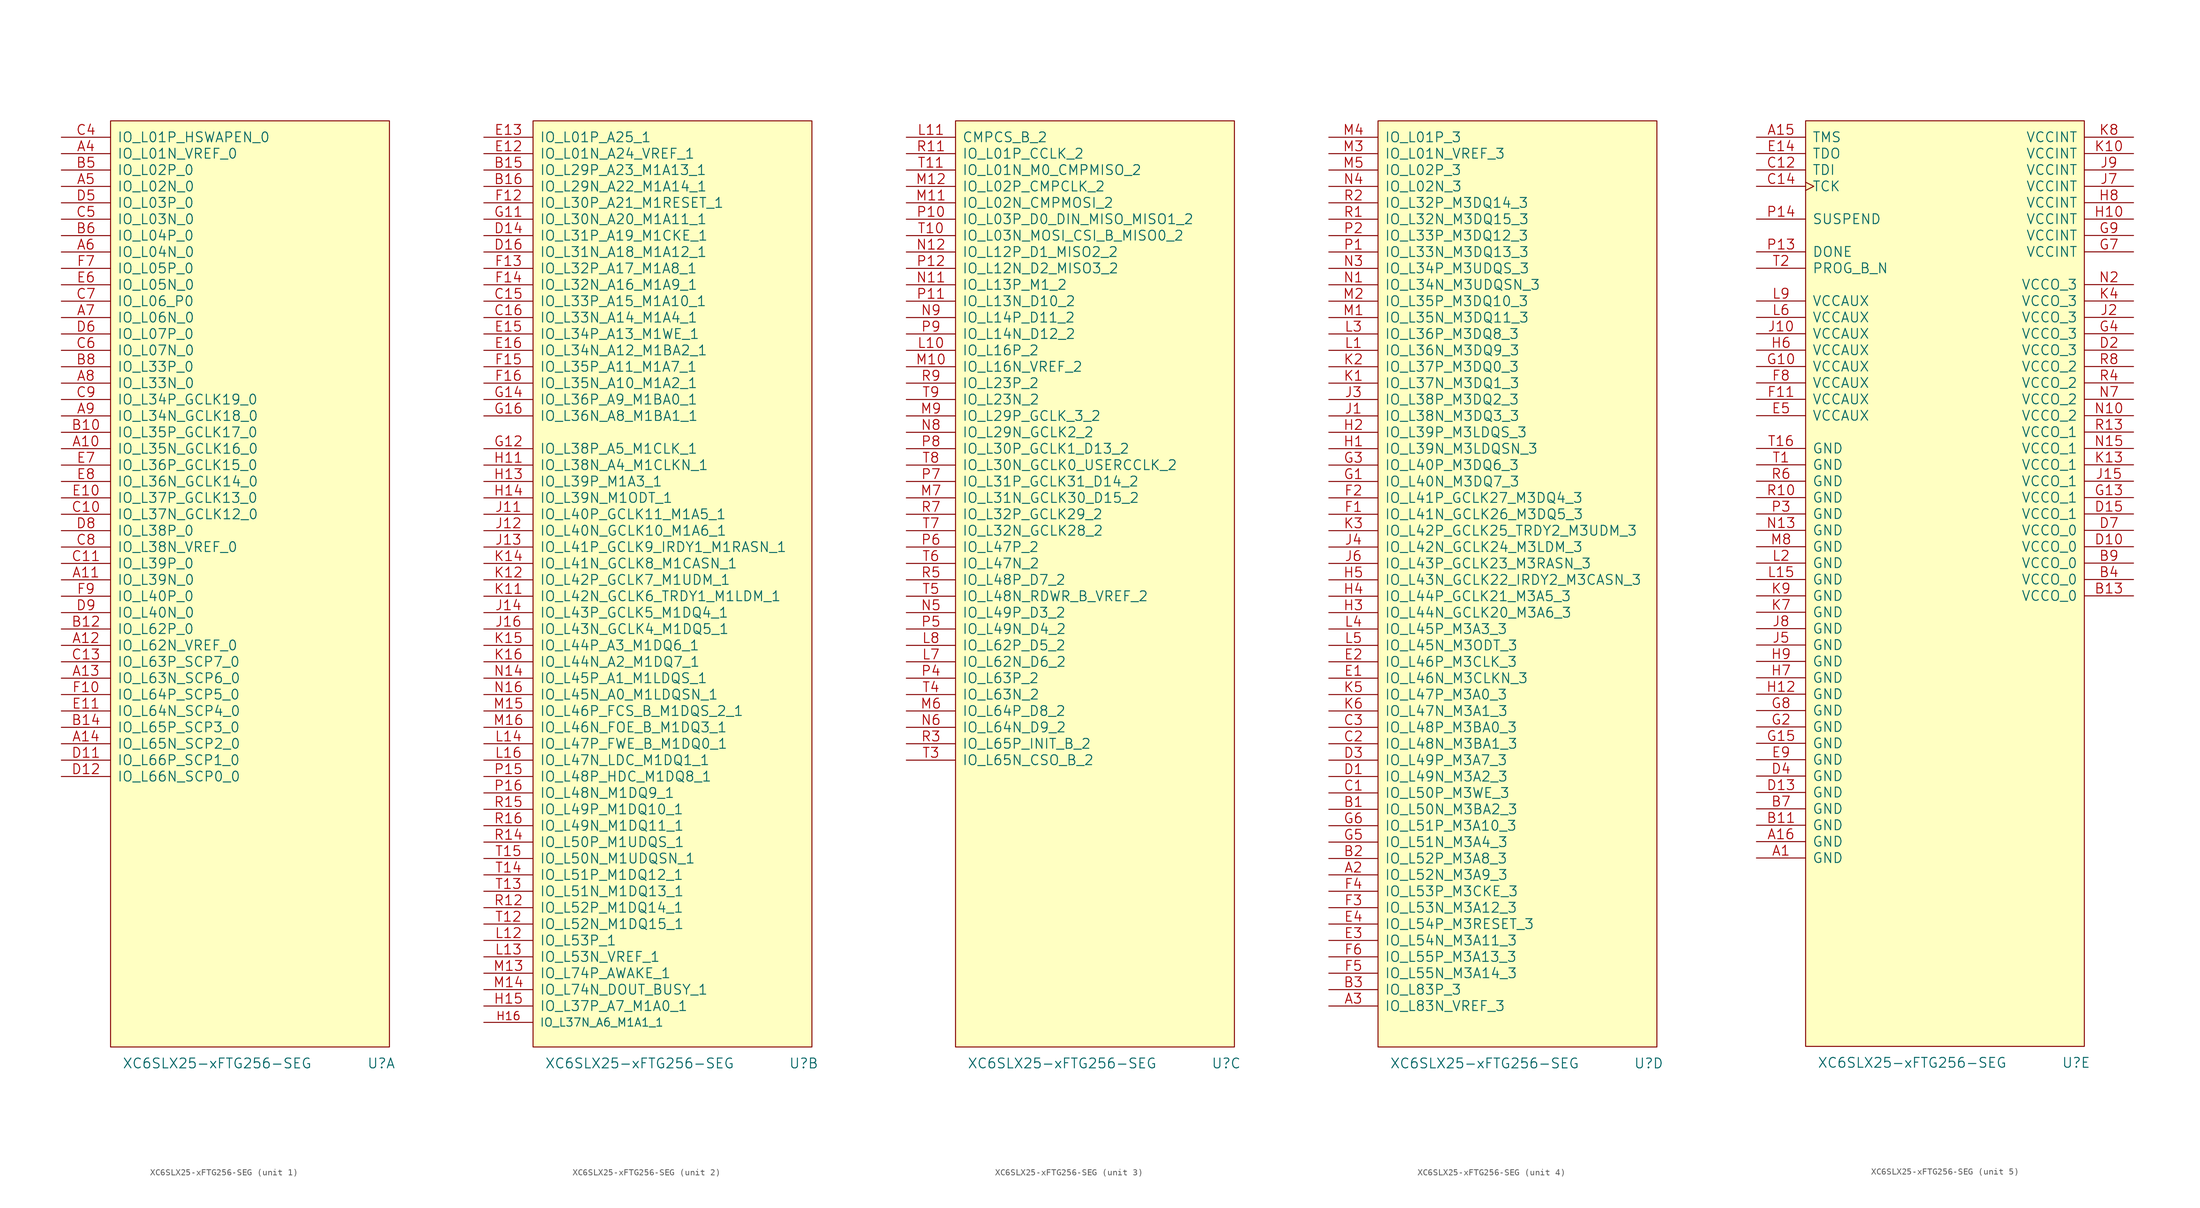
<source format=kicad_sym>
(kicad_symbol_lib
  (version 20211014)
  (generator kicad_symbol_editor)
  (symbol "XC6SLX25-xFTG256-SEG"
    (pin_names
      (offset 1.016))
    (property "Reference" "U"
      (at 20.32 -69.85 0)
      (effects (font (size 1.524 1.524))))
    (property "Value" "XC6SLX25-xFTG256-SEG"
      (at -5.08 -69.85 0)
      (effects (font (size 1.524 1.524))))
    (property "Footprint" ""
      (at 0 0 0)
      (effects (font (size 1.524 1.524))))
    (property "Datasheet" ""
      (at 0 0 0)
      (effects (font (size 1.524 1.524))))
    (property "ki_locked" ""
      (at 0 0 0)
      (effects (font (size 1.27 1.27))))
    (symbol "XC6SLX25-xFTG256-SEG_0_1"
      (rectangle (start -21.59 76.2) (end 21.59 -67.31) (stroke (width 0) (type default) (color 0 0 0 0)) (fill (type background))))
    (symbol "XC6SLX25-xFTG256-SEG_1_1"
      (pin bidirectional line (at -29.21 25.4 0) (length 7.62) (name "IO_L35N_GCLK16_0" (effects (font (size 1.524 1.524)))) (number "A10" (effects (font (size 1.524 1.524)))))
      (pin bidirectional line (at -29.21 5.08 0) (length 7.62) (name "IO_L39N_0" (effects (font (size 1.524 1.524)))) (number "A11" (effects (font (size 1.524 1.524)))))
      (pin bidirectional line (at -29.21 -5.08 0) (length 7.62) (name "IO_L62N_VREF_0" (effects (font (size 1.524 1.524)))) (number "A12" (effects (font (size 1.524 1.524)))))
      (pin bidirectional line (at -29.21 -10.16 0) (length 7.62) (name "IO_L63N_SCP6_0" (effects (font (size 1.524 1.524)))) (number "A13" (effects (font (size 1.524 1.524)))))
      (pin bidirectional line (at -29.21 -20.32 0) (length 7.62) (name "IO_L65N_SCP2_0" (effects (font (size 1.524 1.524)))) (number "A14" (effects (font (size 1.524 1.524)))))
      (pin bidirectional line (at -29.21 71.12 0) (length 7.62) (name "IO_L01N_VREF_0" (effects (font (size 1.524 1.524)))) (number "A4" (effects (font (size 1.524 1.524)))))
      (pin bidirectional line (at -29.21 66.04 0) (length 7.62) (name "IO_L02N_0" (effects (font (size 1.524 1.524)))) (number "A5" (effects (font (size 1.524 1.524)))))
      (pin bidirectional line (at -29.21 55.88 0) (length 7.62) (name "IO_L04N_0" (effects (font (size 1.524 1.524)))) (number "A6" (effects (font (size 1.524 1.524)))))
      (pin bidirectional line (at -29.21 45.72 0) (length 7.62) (name "IO_L06N_0" (effects (font (size 1.524 1.524)))) (number "A7" (effects (font (size 1.524 1.524)))))
      (pin bidirectional line (at -29.21 35.56 0) (length 7.62) (name "IO_L33N_0" (effects (font (size 1.524 1.524)))) (number "A8" (effects (font (size 1.524 1.524)))))
      (pin bidirectional line (at -29.21 30.48 0) (length 7.62) (name "IO_L34N_GCLK18_0" (effects (font (size 1.524 1.524)))) (number "A9" (effects (font (size 1.524 1.524)))))
      (pin bidirectional line (at -29.21 27.94 0) (length 7.62) (name "IO_L35P_GCLK17_0" (effects (font (size 1.524 1.524)))) (number "B10" (effects (font (size 1.524 1.524)))))
      (pin bidirectional line (at -29.21 -2.54 0) (length 7.62) (name "IO_L62P_0" (effects (font (size 1.524 1.524)))) (number "B12" (effects (font (size 1.524 1.524)))))
      (pin bidirectional line (at -29.21 -17.78 0) (length 7.62) (name "IO_L65P_SCP3_0" (effects (font (size 1.524 1.524)))) (number "B14" (effects (font (size 1.524 1.524)))))
      (pin bidirectional line (at -29.21 68.58 0) (length 7.62) (name "IO_L02P_0" (effects (font (size 1.524 1.524)))) (number "B5" (effects (font (size 1.524 1.524)))))
      (pin bidirectional line (at -29.21 58.42 0) (length 7.62) (name "IO_L04P_0" (effects (font (size 1.524 1.524)))) (number "B6" (effects (font (size 1.524 1.524)))))
      (pin bidirectional line (at -29.21 38.1 0) (length 7.62) (name "IO_L33P_0" (effects (font (size 1.524 1.524)))) (number "B8" (effects (font (size 1.524 1.524)))))
      (pin bidirectional line (at -29.21 15.24 0) (length 7.62) (name "IO_L37N_GCLK12_0" (effects (font (size 1.524 1.524)))) (number "C10" (effects (font (size 1.524 1.524)))))
      (pin bidirectional line (at -29.21 7.62 0) (length 7.62) (name "IO_L39P_0" (effects (font (size 1.524 1.524)))) (number "C11" (effects (font (size 1.524 1.524)))))
      (pin bidirectional line (at -29.21 -7.62 0) (length 7.62) (name "IO_L63P_SCP7_0" (effects (font (size 1.524 1.524)))) (number "C13" (effects (font (size 1.524 1.524)))))
      (pin bidirectional line (at -29.21 73.66 0) (length 7.62) (name "IO_L01P_HSWAPEN_0" (effects (font (size 1.524 1.524)))) (number "C4" (effects (font (size 1.524 1.524)))))
      (pin bidirectional line (at -29.21 60.96 0) (length 7.62) (name "IO_L03N_0" (effects (font (size 1.524 1.524)))) (number "C5" (effects (font (size 1.524 1.524)))))
      (pin bidirectional line (at -29.21 40.64 0) (length 7.62) (name "IO_L07N_0" (effects (font (size 1.524 1.524)))) (number "C6" (effects (font (size 1.524 1.524)))))
      (pin bidirectional line (at -29.21 48.26 0) (length 7.62) (name "IO_L06_P0" (effects (font (size 1.524 1.524)))) (number "C7" (effects (font (size 1.524 1.524)))))
      (pin bidirectional line (at -29.21 10.16 0) (length 7.62) (name "IO_L38N_VREF_0" (effects (font (size 1.524 1.524)))) (number "C8" (effects (font (size 1.524 1.524)))))
      (pin bidirectional line (at -29.21 33.02 0) (length 7.62) (name "IO_L34P_GCLK19_0" (effects (font (size 1.524 1.524)))) (number "C9" (effects (font (size 1.524 1.524)))))
      (pin bidirectional line (at -29.21 -22.86 0) (length 7.62) (name "IO_L66P_SCP1_0" (effects (font (size 1.524 1.524)))) (number "D11" (effects (font (size 1.524 1.524)))))
      (pin bidirectional line (at -29.21 -25.4 0) (length 7.62) (name "IO_L66N_SCP0_0" (effects (font (size 1.524 1.524)))) (number "D12" (effects (font (size 1.524 1.524)))))
      (pin bidirectional line (at -29.21 63.5 0) (length 7.62) (name "IO_L03P_0" (effects (font (size 1.524 1.524)))) (number "D5" (effects (font (size 1.524 1.524)))))
      (pin bidirectional line (at -29.21 43.18 0) (length 7.62) (name "IO_L07P_0" (effects (font (size 1.524 1.524)))) (number "D6" (effects (font (size 1.524 1.524)))))
      (pin bidirectional line (at -29.21 12.7 0) (length 7.62) (name "IO_L38P_0" (effects (font (size 1.524 1.524)))) (number "D8" (effects (font (size 1.524 1.524)))))
      (pin bidirectional line (at -29.21 0 0) (length 7.62) (name "IO_L40N_0" (effects (font (size 1.524 1.524)))) (number "D9" (effects (font (size 1.524 1.524)))))
      (pin bidirectional line (at -29.21 17.78 0) (length 7.62) (name "IO_L37P_GCLK13_0" (effects (font (size 1.524 1.524)))) (number "E10" (effects (font (size 1.524 1.524)))))
      (pin bidirectional line (at -29.21 -15.24 0) (length 7.62) (name "IO_L64N_SCP4_0" (effects (font (size 1.524 1.524)))) (number "E11" (effects (font (size 1.524 1.524)))))
      (pin bidirectional line (at -29.21 50.8 0) (length 7.62) (name "IO_L05N_0" (effects (font (size 1.524 1.524)))) (number "E6" (effects (font (size 1.524 1.524)))))
      (pin bidirectional line (at -29.21 22.86 0) (length 7.62) (name "IO_L36P_GCLK15_0" (effects (font (size 1.524 1.524)))) (number "E7" (effects (font (size 1.524 1.524)))))
      (pin bidirectional line (at -29.21 20.32 0) (length 7.62) (name "IO_L36N_GCLK14_0" (effects (font (size 1.524 1.524)))) (number "E8" (effects (font (size 1.524 1.524)))))
      (pin bidirectional line (at -29.21 -12.7 0) (length 7.62) (name "IO_L64P_SCP5_0" (effects (font (size 1.524 1.524)))) (number "F10" (effects (font (size 1.524 1.524)))))
      (pin bidirectional line (at -29.21 53.34 0) (length 7.62) (name "IO_L05P_0" (effects (font (size 1.524 1.524)))) (number "F7" (effects (font (size 1.524 1.524)))))
      (pin bidirectional line (at -29.21 2.54 0) (length 7.62) (name "IO_L40P_0" (effects (font (size 1.524 1.524)))) (number "F9" (effects (font (size 1.524 1.524))))))
    (symbol "XC6SLX25-xFTG256-SEG_2_1"
      (pin bidirectional line (at -29.21 68.58 0) (length 7.62) (name "IO_L29P_A23_M1A13_1" (effects (font (size 1.524 1.524)))) (number "B15" (effects (font (size 1.524 1.524)))))
      (pin bidirectional line (at -29.21 66.04 0) (length 7.62) (name "IO_L29N_A22_M1A14_1" (effects (font (size 1.524 1.524)))) (number "B16" (effects (font (size 1.524 1.524)))))
      (pin bidirectional line (at -29.21 48.26 0) (length 7.62) (name "IO_L33P_A15_M1A10_1" (effects (font (size 1.524 1.524)))) (number "C15" (effects (font (size 1.524 1.524)))))
      (pin bidirectional line (at -29.21 45.72 0) (length 7.62) (name "IO_L33N_A14_M1A4_1" (effects (font (size 1.524 1.524)))) (number "C16" (effects (font (size 1.524 1.524)))))
      (pin bidirectional line (at -29.21 58.42 0) (length 7.62) (name "IO_L31P_A19_M1CKE_1" (effects (font (size 1.524 1.524)))) (number "D14" (effects (font (size 1.524 1.524)))))
      (pin bidirectional line (at -29.21 55.88 0) (length 7.62) (name "IO_L31N_A18_M1A12_1" (effects (font (size 1.524 1.524)))) (number "D16" (effects (font (size 1.524 1.524)))))
      (pin bidirectional line (at -29.21 71.12 0) (length 7.62) (name "IO_L01N_A24_VREF_1" (effects (font (size 1.524 1.524)))) (number "E12" (effects (font (size 1.524 1.524)))))
      (pin bidirectional line (at -29.21 73.66 0) (length 7.62) (name "IO_L01P_A25_1" (effects (font (size 1.524 1.524)))) (number "E13" (effects (font (size 1.524 1.524)))))
      (pin bidirectional line (at -29.21 43.18 0) (length 7.62) (name "IO_L34P_A13_M1WE_1" (effects (font (size 1.524 1.524)))) (number "E15" (effects (font (size 1.524 1.524)))))
      (pin bidirectional line (at -29.21 40.64 0) (length 7.62) (name "IO_L34N_A12_M1BA2_1" (effects (font (size 1.524 1.524)))) (number "E16" (effects (font (size 1.524 1.524)))))
      (pin bidirectional line (at -29.21 63.5 0) (length 7.62) (name "IO_L30P_A21_M1RESET_1" (effects (font (size 1.524 1.524)))) (number "F12" (effects (font (size 1.524 1.524)))))
      (pin bidirectional line (at -29.21 53.34 0) (length 7.62) (name "IO_L32P_A17_M1A8_1" (effects (font (size 1.524 1.524)))) (number "F13" (effects (font (size 1.524 1.524)))))
      (pin bidirectional line (at -29.21 50.8 0) (length 7.62) (name "IO_L32N_A16_M1A9_1" (effects (font (size 1.524 1.524)))) (number "F14" (effects (font (size 1.524 1.524)))))
      (pin bidirectional line (at -29.21 38.1 0) (length 7.62) (name "IO_L35P_A11_M1A7_1" (effects (font (size 1.524 1.524)))) (number "F15" (effects (font (size 1.524 1.524)))))
      (pin bidirectional line (at -29.21 35.56 0) (length 7.62) (name "IO_L35N_A10_M1A2_1" (effects (font (size 1.524 1.524)))) (number "F16" (effects (font (size 1.524 1.524)))))
      (pin bidirectional line (at -29.21 60.96 0) (length 7.62) (name "IO_L30N_A20_M1A11_1" (effects (font (size 1.524 1.524)))) (number "G11" (effects (font (size 1.524 1.524)))))
      (pin bidirectional line (at -29.21 25.4 0) (length 7.62) (name "IO_L38P_A5_M1CLK_1" (effects (font (size 1.524 1.524)))) (number "G12" (effects (font (size 1.524 1.524)))))
      (pin bidirectional line (at -29.21 33.02 0) (length 7.62) (name "IO_L36P_A9_M1BA0_1" (effects (font (size 1.524 1.524)))) (number "G14" (effects (font (size 1.524 1.524)))))
      (pin bidirectional line (at -29.21 30.48 0) (length 7.62) (name "IO_L36N_A8_M1BA1_1" (effects (font (size 1.524 1.524)))) (number "G16" (effects (font (size 1.524 1.524)))))
      (pin bidirectional line (at -29.21 22.86 0) (length 7.62) (name "IO_L38N_A4_M1CLKN_1" (effects (font (size 1.524 1.524)))) (number "H11" (effects (font (size 1.524 1.524)))))
      (pin bidirectional line (at -29.21 20.32 0) (length 7.62) (name "IO_L39P_M1A3_1" (effects (font (size 1.524 1.524)))) (number "H13" (effects (font (size 1.524 1.524)))))
      (pin bidirectional line (at -29.21 17.78 0) (length 7.62) (name "IO_L39N_M1ODT_1" (effects (font (size 1.524 1.524)))) (number "H14" (effects (font (size 1.524 1.524)))))
      (pin bidirectional line (at -29.21 -60.96 0) (length 7.62) (name "IO_L37P_A7_M1A0_1" (effects (font (size 1.524 1.524)))) (number "H15" (effects (font (size 1.524 1.524)))))
      (pin bidirectional line (at -29.21 -63.5 0) (length 7.62) (name "IO_L37N_A6_M1A1_1" (effects (font (size 1.27 1.27)))) (number "H16" (effects (font (size 1.27 1.27)))))
      (pin bidirectional line (at -29.21 15.24 0) (length 7.62) (name "IO_L40P_GCLK11_M1A5_1" (effects (font (size 1.524 1.524)))) (number "J11" (effects (font (size 1.524 1.524)))))
      (pin bidirectional line (at -29.21 12.7 0) (length 7.62) (name "IO_L40N_GCLK10_M1A6_1" (effects (font (size 1.524 1.524)))) (number "J12" (effects (font (size 1.524 1.524)))))
      (pin bidirectional line (at -29.21 10.16 0) (length 7.62) (name "IO_L41P_GCLK9_IRDY1_M1RASN_1" (effects (font (size 1.524 1.524)))) (number "J13" (effects (font (size 1.524 1.524)))))
      (pin bidirectional line (at -29.21 0 0) (length 7.62) (name "IO_L43P_GCLK5_M1DQ4_1" (effects (font (size 1.524 1.524)))) (number "J14" (effects (font (size 1.524 1.524)))))
      (pin bidirectional line (at -29.21 -2.54 0) (length 7.62) (name "IO_L43N_GCLK4_M1DQ5_1" (effects (font (size 1.524 1.524)))) (number "J16" (effects (font (size 1.524 1.524)))))
      (pin bidirectional line (at -29.21 2.54 0) (length 7.62) (name "IO_L42N_GCLK6_TRDY1_M1LDM_1" (effects (font (size 1.524 1.524)))) (number "K11" (effects (font (size 1.524 1.524)))))
      (pin bidirectional line (at -29.21 5.08 0) (length 7.62) (name "IO_L42P_GCLK7_M1UDM_1" (effects (font (size 1.524 1.524)))) (number "K12" (effects (font (size 1.524 1.524)))))
      (pin bidirectional line (at -29.21 7.62 0) (length 7.62) (name "IO_L41N_GCLK8_M1CASN_1" (effects (font (size 1.524 1.524)))) (number "K14" (effects (font (size 1.524 1.524)))))
      (pin bidirectional line (at -29.21 -5.08 0) (length 7.62) (name "IO_L44P_A3_M1DQ6_1" (effects (font (size 1.524 1.524)))) (number "K15" (effects (font (size 1.524 1.524)))))
      (pin bidirectional line (at -29.21 -7.62 0) (length 7.62) (name "IO_L44N_A2_M1DQ7_1" (effects (font (size 1.524 1.524)))) (number "K16" (effects (font (size 1.524 1.524)))))
      (pin bidirectional line (at -29.21 -50.8 0) (length 7.62) (name "IO_L53P_1" (effects (font (size 1.524 1.524)))) (number "L12" (effects (font (size 1.524 1.524)))))
      (pin bidirectional line (at -29.21 -53.34 0) (length 7.62) (name "IO_L53N_VREF_1" (effects (font (size 1.524 1.524)))) (number "L13" (effects (font (size 1.524 1.524)))))
      (pin bidirectional line (at -29.21 -20.32 0) (length 7.62) (name "IO_L47P_FWE_B_M1DQ0_1" (effects (font (size 1.524 1.524)))) (number "L14" (effects (font (size 1.524 1.524)))))
      (pin bidirectional line (at -29.21 -22.86 0) (length 7.62) (name "IO_L47N_LDC_M1DQ1_1" (effects (font (size 1.524 1.524)))) (number "L16" (effects (font (size 1.524 1.524)))))
      (pin bidirectional line (at -29.21 -55.88 0) (length 7.62) (name "IO_L74P_AWAKE_1" (effects (font (size 1.524 1.524)))) (number "M13" (effects (font (size 1.524 1.524)))))
      (pin bidirectional line (at -29.21 -58.42 0) (length 7.62) (name "IO_L74N_DOUT_BUSY_1" (effects (font (size 1.524 1.524)))) (number "M14" (effects (font (size 1.524 1.524)))))
      (pin bidirectional line (at -29.21 -15.24 0) (length 7.62) (name "IO_L46P_FCS_B_M1DQS_2_1" (effects (font (size 1.524 1.524)))) (number "M15" (effects (font (size 1.524 1.524)))))
      (pin bidirectional line (at -29.21 -17.78 0) (length 7.62) (name "IO_L46N_FOE_B_M1DQ3_1" (effects (font (size 1.524 1.524)))) (number "M16" (effects (font (size 1.524 1.524)))))
      (pin bidirectional line (at -29.21 -10.16 0) (length 7.62) (name "IO_L45P_A1_M1LDQS_1" (effects (font (size 1.524 1.524)))) (number "N14" (effects (font (size 1.524 1.524)))))
      (pin bidirectional line (at -29.21 -12.7 0) (length 7.62) (name "IO_L45N_A0_M1LDQSN_1" (effects (font (size 1.524 1.524)))) (number "N16" (effects (font (size 1.524 1.524)))))
      (pin bidirectional line (at -29.21 -25.4 0) (length 7.62) (name "IO_L48P_HDC_M1DQ8_1" (effects (font (size 1.524 1.524)))) (number "P15" (effects (font (size 1.524 1.524)))))
      (pin bidirectional line (at -29.21 -27.94 0) (length 7.62) (name "IO_L48N_M1DQ9_1" (effects (font (size 1.524 1.524)))) (number "P16" (effects (font (size 1.524 1.524)))))
      (pin bidirectional line (at -29.21 -45.72 0) (length 7.62) (name "IO_L52P_M1DQ14_1" (effects (font (size 1.524 1.524)))) (number "R12" (effects (font (size 1.524 1.524)))))
      (pin bidirectional line (at -29.21 -35.56 0) (length 7.62) (name "IO_L50P_M1UDQS_1" (effects (font (size 1.524 1.524)))) (number "R14" (effects (font (size 1.524 1.524)))))
      (pin bidirectional line (at -29.21 -30.48 0) (length 7.62) (name "IO_L49P_M1DQ10_1" (effects (font (size 1.524 1.524)))) (number "R15" (effects (font (size 1.524 1.524)))))
      (pin bidirectional line (at -29.21 -33.02 0) (length 7.62) (name "IO_L49N_M1DQ11_1" (effects (font (size 1.524 1.524)))) (number "R16" (effects (font (size 1.524 1.524)))))
      (pin bidirectional line (at -29.21 -48.26 0) (length 7.62) (name "IO_L52N_M1DQ15_1" (effects (font (size 1.524 1.524)))) (number "T12" (effects (font (size 1.524 1.524)))))
      (pin bidirectional line (at -29.21 -43.18 0) (length 7.62) (name "IO_L51N_M1DQ13_1" (effects (font (size 1.524 1.524)))) (number "T13" (effects (font (size 1.524 1.524)))))
      (pin bidirectional line (at -29.21 -40.64 0) (length 7.62) (name "IO_L51P_M1DQ12_1" (effects (font (size 1.524 1.524)))) (number "T14" (effects (font (size 1.524 1.524)))))
      (pin bidirectional line (at -29.21 -38.1 0) (length 7.62) (name "IO_L50N_M1UDQSN_1" (effects (font (size 1.524 1.524)))) (number "T15" (effects (font (size 1.524 1.524))))))
    (symbol "XC6SLX25-xFTG256-SEG_3_1"
      (pin bidirectional line (at -29.21 40.64 0) (length 7.62) (name "IO_L16P_2" (effects (font (size 1.524 1.524)))) (number "L10" (effects (font (size 1.524 1.524)))))
      (pin bidirectional line (at -29.21 73.66 0) (length 7.62) (name "CMPCS_B_2" (effects (font (size 1.524 1.524)))) (number "L11" (effects (font (size 1.524 1.524)))))
      (pin bidirectional line (at -29.21 -7.62 0) (length 7.62) (name "IO_L62N_D6_2" (effects (font (size 1.524 1.524)))) (number "L7" (effects (font (size 1.524 1.524)))))
      (pin bidirectional line (at -29.21 -5.08 0) (length 7.62) (name "IO_L62P_D5_2" (effects (font (size 1.524 1.524)))) (number "L8" (effects (font (size 1.524 1.524)))))
      (pin bidirectional line (at -29.21 38.1 0) (length 7.62) (name "IO_L16N_VREF_2" (effects (font (size 1.524 1.524)))) (number "M10" (effects (font (size 1.524 1.524)))))
      (pin bidirectional line (at -29.21 63.5 0) (length 7.62) (name "IO_L02N_CMPMOSI_2" (effects (font (size 1.524 1.524)))) (number "M11" (effects (font (size 1.524 1.524)))))
      (pin bidirectional line (at -29.21 66.04 0) (length 7.62) (name "IO_L02P_CMPCLK_2" (effects (font (size 1.524 1.524)))) (number "M12" (effects (font (size 1.524 1.524)))))
      (pin bidirectional line (at -29.21 -15.24 0) (length 7.62) (name "IO_L64P_D8_2" (effects (font (size 1.524 1.524)))) (number "M6" (effects (font (size 1.524 1.524)))))
      (pin bidirectional line (at -29.21 17.78 0) (length 7.62) (name "IO_L31N_GCLK30_D15_2" (effects (font (size 1.524 1.524)))) (number "M7" (effects (font (size 1.524 1.524)))))
      (pin bidirectional line (at -29.21 30.48 0) (length 7.62) (name "IO_L29P_GCLK_3_2" (effects (font (size 1.524 1.524)))) (number "M9" (effects (font (size 1.524 1.524)))))
      (pin bidirectional line (at -29.21 50.8 0) (length 7.62) (name "IO_L13P_M1_2" (effects (font (size 1.524 1.524)))) (number "N11" (effects (font (size 1.524 1.524)))))
      (pin bidirectional line (at -29.21 55.88 0) (length 7.62) (name "IO_L12P_D1_MISO2_2" (effects (font (size 1.524 1.524)))) (number "N12" (effects (font (size 1.524 1.524)))))
      (pin bidirectional line (at -29.21 0 0) (length 7.62) (name "IO_L49P_D3_2" (effects (font (size 1.524 1.524)))) (number "N5" (effects (font (size 1.524 1.524)))))
      (pin bidirectional line (at -29.21 -17.78 0) (length 7.62) (name "IO_L64N_D9_2" (effects (font (size 1.524 1.524)))) (number "N6" (effects (font (size 1.524 1.524)))))
      (pin bidirectional line (at -29.21 27.94 0) (length 7.62) (name "IO_L29N_GCLK2_2" (effects (font (size 1.524 1.524)))) (number "N8" (effects (font (size 1.524 1.524)))))
      (pin bidirectional line (at -29.21 45.72 0) (length 7.62) (name "IO_L14P_D11_2" (effects (font (size 1.524 1.524)))) (number "N9" (effects (font (size 1.524 1.524)))))
      (pin bidirectional line (at -29.21 60.96 0) (length 7.62) (name "IO_L03P_D0_DIN_MISO_MISO1_2" (effects (font (size 1.524 1.524)))) (number "P10" (effects (font (size 1.524 1.524)))))
      (pin bidirectional line (at -29.21 48.26 0) (length 7.62) (name "IO_L13N_D10_2" (effects (font (size 1.524 1.524)))) (number "P11" (effects (font (size 1.524 1.524)))))
      (pin bidirectional line (at -29.21 53.34 0) (length 7.62) (name "IO_L12N_D2_MISO3_2" (effects (font (size 1.524 1.524)))) (number "P12" (effects (font (size 1.524 1.524)))))
      (pin bidirectional line (at -29.21 -10.16 0) (length 7.62) (name "IO_L63P_2" (effects (font (size 1.524 1.524)))) (number "P4" (effects (font (size 1.524 1.524)))))
      (pin bidirectional line (at -29.21 -2.54 0) (length 7.62) (name "IO_L49N_D4_2" (effects (font (size 1.524 1.524)))) (number "P5" (effects (font (size 1.524 1.524)))))
      (pin bidirectional line (at -29.21 10.16 0) (length 7.62) (name "IO_L47P_2" (effects (font (size 1.524 1.524)))) (number "P6" (effects (font (size 1.524 1.524)))))
      (pin bidirectional line (at -29.21 20.32 0) (length 7.62) (name "IO_L31P_GCLK31_D14_2" (effects (font (size 1.524 1.524)))) (number "P7" (effects (font (size 1.524 1.524)))))
      (pin bidirectional line (at -29.21 25.4 0) (length 7.62) (name "IO_L30P_GCLK1_D13_2" (effects (font (size 1.524 1.524)))) (number "P8" (effects (font (size 1.524 1.524)))))
      (pin bidirectional line (at -29.21 43.18 0) (length 7.62) (name "IO_L14N_D12_2" (effects (font (size 1.524 1.524)))) (number "P9" (effects (font (size 1.524 1.524)))))
      (pin bidirectional line (at -29.21 71.12 0) (length 7.62) (name "IO_L01P_CCLK_2" (effects (font (size 1.524 1.524)))) (number "R11" (effects (font (size 1.524 1.524)))))
      (pin bidirectional line (at -29.21 -20.32 0) (length 7.62) (name "IO_L65P_INIT_B_2" (effects (font (size 1.524 1.524)))) (number "R3" (effects (font (size 1.524 1.524)))))
      (pin bidirectional line (at -29.21 5.08 0) (length 7.62) (name "IO_L48P_D7_2" (effects (font (size 1.524 1.524)))) (number "R5" (effects (font (size 1.524 1.524)))))
      (pin bidirectional line (at -29.21 15.24 0) (length 7.62) (name "IO_L32P_GCLK29_2" (effects (font (size 1.524 1.524)))) (number "R7" (effects (font (size 1.524 1.524)))))
      (pin bidirectional line (at -29.21 35.56 0) (length 7.62) (name "IO_L23P_2" (effects (font (size 1.524 1.524)))) (number "R9" (effects (font (size 1.524 1.524)))))
      (pin bidirectional line (at -29.21 58.42 0) (length 7.62) (name "IO_L03N_MOSI_CSI_B_MISO0_2" (effects (font (size 1.524 1.524)))) (number "T10" (effects (font (size 1.524 1.524)))))
      (pin bidirectional line (at -29.21 68.58 0) (length 7.62) (name "IO_L01N_M0_CMPMISO_2" (effects (font (size 1.524 1.524)))) (number "T11" (effects (font (size 1.524 1.524)))))
      (pin bidirectional line (at -29.21 -22.86 0) (length 7.62) (name "IO_L65N_CSO_B_2" (effects (font (size 1.524 1.524)))) (number "T3" (effects (font (size 1.524 1.524)))))
      (pin bidirectional line (at -29.21 -12.7 0) (length 7.62) (name "IO_L63N_2" (effects (font (size 1.524 1.524)))) (number "T4" (effects (font (size 1.524 1.524)))))
      (pin bidirectional line (at -29.21 2.54 0) (length 7.62) (name "IO_L48N_RDWR_B_VREF_2" (effects (font (size 1.524 1.524)))) (number "T5" (effects (font (size 1.524 1.524)))))
      (pin bidirectional line (at -29.21 7.62 0) (length 7.62) (name "IO_L47N_2" (effects (font (size 1.524 1.524)))) (number "T6" (effects (font (size 1.524 1.524)))))
      (pin bidirectional line (at -29.21 12.7 0) (length 7.62) (name "IO_L32N_GCLK28_2" (effects (font (size 1.524 1.524)))) (number "T7" (effects (font (size 1.524 1.524)))))
      (pin bidirectional line (at -29.21 22.86 0) (length 7.62) (name "IO_L30N_GCLK0_USERCCLK_2" (effects (font (size 1.524 1.524)))) (number "T8" (effects (font (size 1.524 1.524)))))
      (pin bidirectional line (at -29.21 33.02 0) (length 7.62) (name "IO_L23N_2" (effects (font (size 1.524 1.524)))) (number "T9" (effects (font (size 1.524 1.524))))))
    (symbol "XC6SLX25-xFTG256-SEG_4_1"
      (pin bidirectional line (at -29.21 -40.64 0) (length 7.62) (name "IO_L52N_M3A9_3" (effects (font (size 1.524 1.524)))) (number "A2" (effects (font (size 1.524 1.524)))))
      (pin bidirectional line (at -29.21 -60.96 0) (length 7.62) (name "IO_L83N_VREF_3" (effects (font (size 1.524 1.524)))) (number "A3" (effects (font (size 1.524 1.524)))))
      (pin bidirectional line (at -29.21 -30.48 0) (length 7.62) (name "IO_L50N_M3BA2_3" (effects (font (size 1.524 1.524)))) (number "B1" (effects (font (size 1.524 1.524)))))
      (pin bidirectional line (at -29.21 -38.1 0) (length 7.62) (name "IO_L52P_M3A8_3" (effects (font (size 1.524 1.524)))) (number "B2" (effects (font (size 1.524 1.524)))))
      (pin bidirectional line (at -29.21 -58.42 0) (length 7.62) (name "IO_L83P_3" (effects (font (size 1.524 1.524)))) (number "B3" (effects (font (size 1.524 1.524)))))
      (pin bidirectional line (at -29.21 -27.94 0) (length 7.62) (name "IO_L50P_M3WE_3" (effects (font (size 1.524 1.524)))) (number "C1" (effects (font (size 1.524 1.524)))))
      (pin bidirectional line (at -29.21 -20.32 0) (length 7.62) (name "IO_L48N_M3BA1_3" (effects (font (size 1.524 1.524)))) (number "C2" (effects (font (size 1.524 1.524)))))
      (pin bidirectional line (at -29.21 -17.78 0) (length 7.62) (name "IO_L48P_M3BA0_3" (effects (font (size 1.524 1.524)))) (number "C3" (effects (font (size 1.524 1.524)))))
      (pin bidirectional line (at -29.21 -25.4 0) (length 7.62) (name "IO_L49N_M3A2_3" (effects (font (size 1.524 1.524)))) (number "D1" (effects (font (size 1.524 1.524)))))
      (pin bidirectional line (at -29.21 -22.86 0) (length 7.62) (name "IO_L49P_M3A7_3" (effects (font (size 1.524 1.524)))) (number "D3" (effects (font (size 1.524 1.524)))))
      (pin bidirectional line (at -29.21 -10.16 0) (length 7.62) (name "IO_L46N_M3CLKN_3" (effects (font (size 1.524 1.524)))) (number "E1" (effects (font (size 1.524 1.524)))))
      (pin bidirectional line (at -29.21 -7.62 0) (length 7.62) (name "IO_L46P_M3CLK_3" (effects (font (size 1.524 1.524)))) (number "E2" (effects (font (size 1.524 1.524)))))
      (pin bidirectional line (at -29.21 -50.8 0) (length 7.62) (name "IO_L54N_M3A11_3" (effects (font (size 1.524 1.524)))) (number "E3" (effects (font (size 1.524 1.524)))))
      (pin bidirectional line (at -29.21 -48.26 0) (length 7.62) (name "IO_L54P_M3RESET_3" (effects (font (size 1.524 1.524)))) (number "E4" (effects (font (size 1.524 1.524)))))
      (pin bidirectional line (at -29.21 15.24 0) (length 7.62) (name "IO_L41N_GCLK26_M3DQ5_3" (effects (font (size 1.524 1.524)))) (number "F1" (effects (font (size 1.524 1.524)))))
      (pin bidirectional line (at -29.21 17.78 0) (length 7.62) (name "IO_L41P_GCLK27_M3DQ4_3" (effects (font (size 1.524 1.524)))) (number "F2" (effects (font (size 1.524 1.524)))))
      (pin bidirectional line (at -29.21 -45.72 0) (length 7.62) (name "IO_L53N_M3A12_3" (effects (font (size 1.524 1.524)))) (number "F3" (effects (font (size 1.524 1.524)))))
      (pin bidirectional line (at -29.21 -43.18 0) (length 7.62) (name "IO_L53P_M3CKE_3" (effects (font (size 1.524 1.524)))) (number "F4" (effects (font (size 1.524 1.524)))))
      (pin bidirectional line (at -29.21 -55.88 0) (length 7.62) (name "IO_L55N_M3A14_3" (effects (font (size 1.524 1.524)))) (number "F5" (effects (font (size 1.524 1.524)))))
      (pin bidirectional line (at -29.21 -53.34 0) (length 7.62) (name "IO_L55P_M3A13_3" (effects (font (size 1.524 1.524)))) (number "F6" (effects (font (size 1.524 1.524)))))
      (pin bidirectional line (at -29.21 20.32 0) (length 7.62) (name "IO_L40N_M3DQ7_3" (effects (font (size 1.524 1.524)))) (number "G1" (effects (font (size 1.524 1.524)))))
      (pin bidirectional line (at -29.21 22.86 0) (length 7.62) (name "IO_L40P_M3DQ6_3" (effects (font (size 1.524 1.524)))) (number "G3" (effects (font (size 1.524 1.524)))))
      (pin bidirectional line (at -29.21 -35.56 0) (length 7.62) (name "IO_L51N_M3A4_3" (effects (font (size 1.524 1.524)))) (number "G5" (effects (font (size 1.524 1.524)))))
      (pin bidirectional line (at -29.21 -33.02 0) (length 7.62) (name "IO_L51P_M3A10_3" (effects (font (size 1.524 1.524)))) (number "G6" (effects (font (size 1.524 1.524)))))
      (pin bidirectional line (at -29.21 25.4 0) (length 7.62) (name "IO_L39N_M3LDQSN_3" (effects (font (size 1.524 1.524)))) (number "H1" (effects (font (size 1.524 1.524)))))
      (pin bidirectional line (at -29.21 27.94 0) (length 7.62) (name "IO_L39P_M3LDQS_3" (effects (font (size 1.524 1.524)))) (number "H2" (effects (font (size 1.524 1.524)))))
      (pin bidirectional line (at -29.21 0 0) (length 7.62) (name "IO_L44N_GCLK20_M3A6_3" (effects (font (size 1.524 1.524)))) (number "H3" (effects (font (size 1.524 1.524)))))
      (pin bidirectional line (at -29.21 2.54 0) (length 7.62) (name "IO_L44P_GCLK21_M3A5_3" (effects (font (size 1.524 1.524)))) (number "H4" (effects (font (size 1.524 1.524)))))
      (pin bidirectional line (at -29.21 5.08 0) (length 7.62) (name "IO_L43N_GCLK22_IRDY2_M3CASN_3" (effects (font (size 1.524 1.524)))) (number "H5" (effects (font (size 1.524 1.524)))))
      (pin bidirectional line (at -29.21 30.48 0) (length 7.62) (name "IO_L38N_M3DQ3_3" (effects (font (size 1.524 1.524)))) (number "J1" (effects (font (size 1.524 1.524)))))
      (pin bidirectional line (at -29.21 33.02 0) (length 7.62) (name "IO_L38P_M3DQ2_3" (effects (font (size 1.524 1.524)))) (number "J3" (effects (font (size 1.524 1.524)))))
      (pin bidirectional line (at -29.21 10.16 0) (length 7.62) (name "IO_L42N_GCLK24_M3LDM_3" (effects (font (size 1.524 1.524)))) (number "J4" (effects (font (size 1.524 1.524)))))
      (pin bidirectional line (at -29.21 7.62 0) (length 7.62) (name "IO_L43P_GCLK23_M3RASN_3" (effects (font (size 1.524 1.524)))) (number "J6" (effects (font (size 1.524 1.524)))))
      (pin bidirectional line (at -29.21 35.56 0) (length 7.62) (name "IO_L37N_M3DQ1_3" (effects (font (size 1.524 1.524)))) (number "K1" (effects (font (size 1.524 1.524)))))
      (pin bidirectional line (at -29.21 38.1 0) (length 7.62) (name "IO_L37P_M3DQ0_3" (effects (font (size 1.524 1.524)))) (number "K2" (effects (font (size 1.524 1.524)))))
      (pin bidirectional line (at -29.21 12.7 0) (length 7.62) (name "IO_L42P_GCLK25_TRDY2_M3UDM_3" (effects (font (size 1.524 1.524)))) (number "K3" (effects (font (size 1.524 1.524)))))
      (pin bidirectional line (at -29.21 -12.7 0) (length 7.62) (name "IO_L47P_M3A0_3" (effects (font (size 1.524 1.524)))) (number "K5" (effects (font (size 1.524 1.524)))))
      (pin bidirectional line (at -29.21 -15.24 0) (length 7.62) (name "IO_L47N_M3A1_3" (effects (font (size 1.524 1.524)))) (number "K6" (effects (font (size 1.524 1.524)))))
      (pin bidirectional line (at -29.21 40.64 0) (length 7.62) (name "IO_L36N_M3DQ9_3" (effects (font (size 1.524 1.524)))) (number "L1" (effects (font (size 1.524 1.524)))))
      (pin bidirectional line (at -29.21 43.18 0) (length 7.62) (name "IO_L36P_M3DQ8_3" (effects (font (size 1.524 1.524)))) (number "L3" (effects (font (size 1.524 1.524)))))
      (pin bidirectional line (at -29.21 -2.54 0) (length 7.62) (name "IO_L45P_M3A3_3" (effects (font (size 1.524 1.524)))) (number "L4" (effects (font (size 1.524 1.524)))))
      (pin bidirectional line (at -29.21 -5.08 0) (length 7.62) (name "IO_L45N_M3ODT_3" (effects (font (size 1.524 1.524)))) (number "L5" (effects (font (size 1.524 1.524)))))
      (pin bidirectional line (at -29.21 45.72 0) (length 7.62) (name "IO_L35N_M3DQ11_3" (effects (font (size 1.524 1.524)))) (number "M1" (effects (font (size 1.524 1.524)))))
      (pin bidirectional line (at -29.21 48.26 0) (length 7.62) (name "IO_L35P_M3DQ10_3" (effects (font (size 1.524 1.524)))) (number "M2" (effects (font (size 1.524 1.524)))))
      (pin bidirectional line (at -29.21 71.12 0) (length 7.62) (name "IO_L01N_VREF_3" (effects (font (size 1.524 1.524)))) (number "M3" (effects (font (size 1.524 1.524)))))
      (pin bidirectional line (at -29.21 73.66 0) (length 7.62) (name "IO_L01P_3" (effects (font (size 1.524 1.524)))) (number "M4" (effects (font (size 1.524 1.524)))))
      (pin bidirectional line (at -29.21 68.58 0) (length 7.62) (name "IO_L02P_3" (effects (font (size 1.524 1.524)))) (number "M5" (effects (font (size 1.524 1.524)))))
      (pin bidirectional line (at -29.21 50.8 0) (length 7.62) (name "IO_L34N_M3UDQSN_3" (effects (font (size 1.524 1.524)))) (number "N1" (effects (font (size 1.524 1.524)))))
      (pin bidirectional line (at -29.21 53.34 0) (length 7.62) (name "IO_L34P_M3UDQS_3" (effects (font (size 1.524 1.524)))) (number "N3" (effects (font (size 1.524 1.524)))))
      (pin bidirectional line (at -29.21 66.04 0) (length 7.62) (name "IO_L02N_3" (effects (font (size 1.524 1.524)))) (number "N4" (effects (font (size 1.524 1.524)))))
      (pin bidirectional line (at -29.21 55.88 0) (length 7.62) (name "IO_L33N_M3DQ13_3" (effects (font (size 1.524 1.524)))) (number "P1" (effects (font (size 1.524 1.524)))))
      (pin bidirectional line (at -29.21 58.42 0) (length 7.62) (name "IO_L33P_M3DQ12_3" (effects (font (size 1.524 1.524)))) (number "P2" (effects (font (size 1.524 1.524)))))
      (pin bidirectional line (at -29.21 60.96 0) (length 7.62) (name "IO_L32N_M3DQ15_3" (effects (font (size 1.524 1.524)))) (number "R1" (effects (font (size 1.524 1.524)))))
      (pin bidirectional line (at -29.21 63.5 0) (length 7.62) (name "IO_L32P_M3DQ14_3" (effects (font (size 1.524 1.524)))) (number "R2" (effects (font (size 1.524 1.524))))))
    (symbol "XC6SLX25-xFTG256-SEG_5_1"
      (pin power_in line (at -29.21 -38.1 0) (length 7.62) (name "GND" (effects (font (size 1.524 1.524)))) (number "A1" (effects (font (size 1.524 1.524)))))
      (pin input line (at -29.21 73.66 0) (length 7.62) (name "TMS" (effects (font (size 1.524 1.524)))) (number "A15" (effects (font (size 1.524 1.524)))))
      (pin power_in line (at -29.21 -35.56 0) (length 7.62) (name "GND" (effects (font (size 1.524 1.524)))) (number "A16" (effects (font (size 1.524 1.524)))))
      (pin power_in line (at -29.21 -33.02 0) (length 7.62) (name "GND" (effects (font (size 1.524 1.524)))) (number "B11" (effects (font (size 1.524 1.524)))))
      (pin power_in line (at 29.21 2.54 180) (length 7.62) (name "VCCO_0" (effects (font (size 1.524 1.524)))) (number "B13" (effects (font (size 1.524 1.524)))))
      (pin power_in line (at 29.21 5.08 180) (length 7.62) (name "VCCO_0" (effects (font (size 1.524 1.524)))) (number "B4" (effects (font (size 1.524 1.524)))))
      (pin power_in line (at -29.21 -30.48 0) (length 7.62) (name "GND" (effects (font (size 1.524 1.524)))) (number "B7" (effects (font (size 1.524 1.524)))))
      (pin power_in line (at 29.21 7.62 180) (length 7.62) (name "VCCO_0" (effects (font (size 1.524 1.524)))) (number "B9" (effects (font (size 1.524 1.524)))))
      (pin input line (at -29.21 68.58 0) (length 7.62) (name "TDI" (effects (font (size 1.524 1.524)))) (number "C12" (effects (font (size 1.524 1.524)))))
      (pin input clock (at -29.21 66.04 0) (length 7.62) (name "TCK" (effects (font (size 1.524 1.524)))) (number "C14" (effects (font (size 1.524 1.524)))))
      (pin power_in line (at 29.21 10.16 180) (length 7.62) (name "VCCO_0" (effects (font (size 1.524 1.524)))) (number "D10" (effects (font (size 1.524 1.524)))))
      (pin power_in line (at -29.21 -27.94 0) (length 7.62) (name "GND" (effects (font (size 1.524 1.524)))) (number "D13" (effects (font (size 1.524 1.524)))))
      (pin power_in line (at 29.21 15.24 180) (length 7.62) (name "VCCO_1" (effects (font (size 1.524 1.524)))) (number "D15" (effects (font (size 1.524 1.524)))))
      (pin power_in line (at 29.21 40.64 180) (length 7.62) (name "VCCO_3" (effects (font (size 1.524 1.524)))) (number "D2" (effects (font (size 1.524 1.524)))))
      (pin power_in line (at -29.21 -25.4 0) (length 7.62) (name "GND" (effects (font (size 1.524 1.524)))) (number "D4" (effects (font (size 1.524 1.524)))))
      (pin power_in line (at 29.21 12.7 180) (length 7.62) (name "VCCO_0" (effects (font (size 1.524 1.524)))) (number "D7" (effects (font (size 1.524 1.524)))))
      (pin output line (at -29.21 71.12 0) (length 7.62) (name "TDO" (effects (font (size 1.524 1.524)))) (number "E14" (effects (font (size 1.524 1.524)))))
      (pin power_in line (at -29.21 30.48 0) (length 7.62) (name "VCCAUX" (effects (font (size 1.524 1.524)))) (number "E5" (effects (font (size 1.524 1.524)))))
      (pin power_in line (at -29.21 -22.86 0) (length 7.62) (name "GND" (effects (font (size 1.524 1.524)))) (number "E9" (effects (font (size 1.524 1.524)))))
      (pin power_in line (at -29.21 33.02 0) (length 7.62) (name "VCCAUX" (effects (font (size 1.524 1.524)))) (number "F11" (effects (font (size 1.524 1.524)))))
      (pin power_in line (at -29.21 35.56 0) (length 7.62) (name "VCCAUX" (effects (font (size 1.524 1.524)))) (number "F8" (effects (font (size 1.524 1.524)))))
      (pin power_in line (at -29.21 38.1 0) (length 7.62) (name "VCCAUX" (effects (font (size 1.524 1.524)))) (number "G10" (effects (font (size 1.524 1.524)))))
      (pin power_in line (at 29.21 17.78 180) (length 7.62) (name "VCCO_1" (effects (font (size 1.524 1.524)))) (number "G13" (effects (font (size 1.524 1.524)))))
      (pin power_in line (at -29.21 -20.32 0) (length 7.62) (name "GND" (effects (font (size 1.524 1.524)))) (number "G15" (effects (font (size 1.524 1.524)))))
      (pin power_in line (at -29.21 -17.78 0) (length 7.62) (name "GND" (effects (font (size 1.524 1.524)))) (number "G2" (effects (font (size 1.524 1.524)))))
      (pin power_in line (at 29.21 43.18 180) (length 7.62) (name "VCCO_3" (effects (font (size 1.524 1.524)))) (number "G4" (effects (font (size 1.524 1.524)))))
      (pin power_in line (at 29.21 55.88 180) (length 7.62) (name "VCCINT" (effects (font (size 1.524 1.524)))) (number "G7" (effects (font (size 1.524 1.524)))))
      (pin power_in line (at -29.21 -15.24 0) (length 7.62) (name "GND" (effects (font (size 1.524 1.524)))) (number "G8" (effects (font (size 1.524 1.524)))))
      (pin power_in line (at 29.21 58.42 180) (length 7.62) (name "VCCINT" (effects (font (size 1.524 1.524)))) (number "G9" (effects (font (size 1.524 1.524)))))
      (pin power_in line (at 29.21 60.96 180) (length 7.62) (name "VCCINT" (effects (font (size 1.524 1.524)))) (number "H10" (effects (font (size 1.524 1.524)))))
      (pin power_in line (at -29.21 -12.7 0) (length 7.62) (name "GND" (effects (font (size 1.524 1.524)))) (number "H12" (effects (font (size 1.524 1.524)))))
      (pin power_in line (at -29.21 40.64 0) (length 7.62) (name "VCCAUX" (effects (font (size 1.524 1.524)))) (number "H6" (effects (font (size 1.524 1.524)))))
      (pin power_in line (at -29.21 -10.16 0) (length 7.62) (name "GND" (effects (font (size 1.524 1.524)))) (number "H7" (effects (font (size 1.524 1.524)))))
      (pin power_in line (at 29.21 63.5 180) (length 7.62) (name "VCCINT" (effects (font (size 1.524 1.524)))) (number "H8" (effects (font (size 1.524 1.524)))))
      (pin power_in line (at -29.21 -7.62 0) (length 7.62) (name "GND" (effects (font (size 1.524 1.524)))) (number "H9" (effects (font (size 1.524 1.524)))))
      (pin power_in line (at -29.21 43.18 0) (length 7.62) (name "VCCAUX" (effects (font (size 1.524 1.524)))) (number "J10" (effects (font (size 1.524 1.524)))))
      (pin power_in line (at 29.21 20.32 180) (length 7.62) (name "VCCO_1" (effects (font (size 1.524 1.524)))) (number "J15" (effects (font (size 1.524 1.524)))))
      (pin power_in line (at 29.21 45.72 180) (length 7.62) (name "VCCO_3" (effects (font (size 1.524 1.524)))) (number "J2" (effects (font (size 1.524 1.524)))))
      (pin power_in line (at -29.21 -5.08 0) (length 7.62) (name "GND" (effects (font (size 1.524 1.524)))) (number "J5" (effects (font (size 1.524 1.524)))))
      (pin power_in line (at 29.21 66.04 180) (length 7.62) (name "VCCINT" (effects (font (size 1.524 1.524)))) (number "J7" (effects (font (size 1.524 1.524)))))
      (pin power_in line (at -29.21 -2.54 0) (length 7.62) (name "GND" (effects (font (size 1.524 1.524)))) (number "J8" (effects (font (size 1.524 1.524)))))
      (pin power_in line (at 29.21 68.58 180) (length 7.62) (name "VCCINT" (effects (font (size 1.524 1.524)))) (number "J9" (effects (font (size 1.524 1.524)))))
      (pin power_in line (at 29.21 71.12 180) (length 7.62) (name "VCCINT" (effects (font (size 1.524 1.524)))) (number "K10" (effects (font (size 1.524 1.524)))))
      (pin power_in line (at 29.21 22.86 180) (length 7.62) (name "VCCO_1" (effects (font (size 1.524 1.524)))) (number "K13" (effects (font (size 1.524 1.524)))))
      (pin power_in line (at 29.21 48.26 180) (length 7.62) (name "VCCO_3" (effects (font (size 1.524 1.524)))) (number "K4" (effects (font (size 1.524 1.524)))))
      (pin power_in line (at -29.21 0 0) (length 7.62) (name "GND" (effects (font (size 1.524 1.524)))) (number "K7" (effects (font (size 1.524 1.524)))))
      (pin power_in line (at 29.21 73.66 180) (length 7.62) (name "VCCINT" (effects (font (size 1.524 1.524)))) (number "K8" (effects (font (size 1.524 1.524)))))
      (pin power_in line (at -29.21 2.54 0) (length 7.62) (name "GND" (effects (font (size 1.524 1.524)))) (number "K9" (effects (font (size 1.524 1.524)))))
      (pin power_in line (at -29.21 5.08 0) (length 7.62) (name "GND" (effects (font (size 1.524 1.524)))) (number "L15" (effects (font (size 1.524 1.524)))))
      (pin power_in line (at -29.21 7.62 0) (length 7.62) (name "GND" (effects (font (size 1.524 1.524)))) (number "L2" (effects (font (size 1.524 1.524)))))
      (pin power_in line (at -29.21 45.72 0) (length 7.62) (name "VCCAUX" (effects (font (size 1.524 1.524)))) (number "L6" (effects (font (size 1.524 1.524)))))
      (pin power_in line (at -29.21 48.26 0) (length 7.62) (name "VCCAUX" (effects (font (size 1.524 1.524)))) (number "L9" (effects (font (size 1.524 1.524)))))
      (pin power_in line (at -29.21 10.16 0) (length 7.62) (name "GND" (effects (font (size 1.524 1.524)))) (number "M8" (effects (font (size 1.524 1.524)))))
      (pin power_in line (at 29.21 30.48 180) (length 7.62) (name "VCCO_2" (effects (font (size 1.524 1.524)))) (number "N10" (effects (font (size 1.524 1.524)))))
      (pin power_in line (at -29.21 12.7 0) (length 7.62) (name "GND" (effects (font (size 1.524 1.524)))) (number "N13" (effects (font (size 1.524 1.524)))))
      (pin power_in line (at 29.21 25.4 180) (length 7.62) (name "VCCO_1" (effects (font (size 1.524 1.524)))) (number "N15" (effects (font (size 1.524 1.524)))))
      (pin power_in line (at 29.21 50.8 180) (length 7.62) (name "VCCO_3" (effects (font (size 1.524 1.524)))) (number "N2" (effects (font (size 1.524 1.524)))))
      (pin passive line (at 29.21 33.02 180) (length 7.62) (name "VCCO_2" (effects (font (size 1.524 1.524)))) (number "N7" (effects (font (size 1.524 1.524)))))
      (pin bidirectional line (at -29.21 55.88 0) (length 7.62) (name "DONE" (effects (font (size 1.524 1.524)))) (number "P13" (effects (font (size 1.524 1.524)))))
      (pin input line (at -29.21 60.96 0) (length 7.62) (name "SUSPEND" (effects (font (size 1.524 1.524)))) (number "P14" (effects (font (size 1.524 1.524)))))
      (pin power_in line (at -29.21 15.24 0) (length 7.62) (name "GND" (effects (font (size 1.524 1.524)))) (number "P3" (effects (font (size 1.524 1.524)))))
      (pin power_in line (at -29.21 17.78 0) (length 7.62) (name "GND" (effects (font (size 1.524 1.524)))) (number "R10" (effects (font (size 1.524 1.524)))))
      (pin power_in line (at 29.21 27.94 180) (length 7.62) (name "VCCO_1" (effects (font (size 1.524 1.524)))) (number "R13" (effects (font (size 1.524 1.524)))))
      (pin power_in line (at 29.21 35.56 180) (length 7.62) (name "VCCO_2" (effects (font (size 1.524 1.524)))) (number "R4" (effects (font (size 1.524 1.524)))))
      (pin power_in line (at -29.21 20.32 0) (length 7.62) (name "GND" (effects (font (size 1.524 1.524)))) (number "R6" (effects (font (size 1.524 1.524)))))
      (pin power_in line (at 29.21 38.1 180) (length 7.62) (name "VCCO_2" (effects (font (size 1.524 1.524)))) (number "R8" (effects (font (size 1.524 1.524)))))
      (pin power_in line (at -29.21 22.86 0) (length 7.62) (name "GND" (effects (font (size 1.524 1.524)))) (number "T1" (effects (font (size 1.524 1.524)))))
      (pin power_in line (at -29.21 25.4 0) (length 7.62) (name "GND" (effects (font (size 1.524 1.524)))) (number "T16" (effects (font (size 1.524 1.524)))))
      (pin input line (at -29.21 53.34 0) (length 7.62) (name "PROG_B_N" (effects (font (size 1.524 1.524)))) (number "T2" (effects (font (size 1.524 1.524))))))))
</source>
